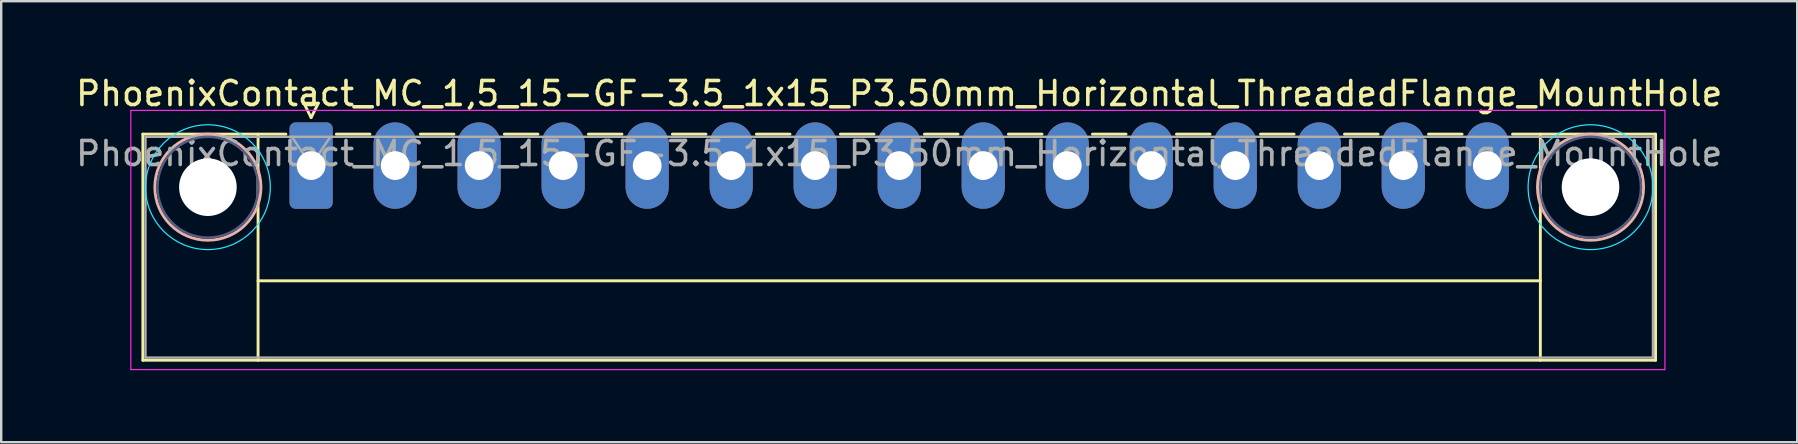
<source format=kicad_pcb>
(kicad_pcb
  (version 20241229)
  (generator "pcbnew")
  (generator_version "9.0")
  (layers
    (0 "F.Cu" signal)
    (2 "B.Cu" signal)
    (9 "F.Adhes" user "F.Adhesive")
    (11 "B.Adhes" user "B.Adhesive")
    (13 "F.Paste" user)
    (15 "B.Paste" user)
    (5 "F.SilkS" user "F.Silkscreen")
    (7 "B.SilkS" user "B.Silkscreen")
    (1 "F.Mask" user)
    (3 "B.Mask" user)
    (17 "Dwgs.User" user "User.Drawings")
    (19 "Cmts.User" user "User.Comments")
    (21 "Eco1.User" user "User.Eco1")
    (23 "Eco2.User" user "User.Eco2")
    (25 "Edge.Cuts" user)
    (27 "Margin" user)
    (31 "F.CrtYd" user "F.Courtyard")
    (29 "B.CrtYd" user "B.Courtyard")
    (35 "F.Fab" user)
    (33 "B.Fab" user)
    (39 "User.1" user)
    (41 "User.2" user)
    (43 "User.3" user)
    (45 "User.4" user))
  (footprint "PhoenixContact_MC_1,5_15-GF-3.5_1x15_P3.50mm_Horizontal_ThreadedFlange_MountHole"
    (layer "F.Cu")
    (at 9.911 3.848)
    (property "Reference" "PhoenixContact_MC_1,5_15-GF-3.5_1x15_P3.50mm_Horizontal_ThreadedFlange_MountHole" (at 24.5 -3 0) (layer "F.SilkS") (effects (font (size 1 1) (thickness 0.15))))
    (attr through_hole)
    (fp_line (start -7.01 -1.31) (end -7.01 8.11) (stroke (width 0.12) (type solid)) (layer "F.SilkS"))
    (fp_line (start -7.01 -1.31) (end -1.05 -1.31) (stroke (width 0.12) (type solid)) (layer "F.SilkS"))
    (fp_line (start -7.01 8.11) (end 56.01 8.11) (stroke (width 0.12) (type solid)) (layer "F.SilkS"))
    (fp_line (start -2.21 -1.31) (end -2.21 8.11) (stroke (width 0.12) (type solid)) (layer "F.SilkS"))
    (fp_line (start -2.21 4.8) (end 51.21 4.8) (stroke (width 0.12) (type solid)) (layer "F.SilkS"))
    (fp_line (start -0.3 -2.6) (end 0.3 -2.6) (stroke (width 0.12) (type solid)) (layer "F.SilkS"))
    (fp_line (start 0 -2) (end -0.3 -2.6) (stroke (width 0.12) (type solid)) (layer "F.SilkS"))
    (fp_line (start 0.3 -2.6) (end 0 -2) (stroke (width 0.12) (type solid)) (layer "F.SilkS"))
    (fp_line (start 1.05 -1.31) (end 2.45 -1.31) (stroke (width 0.12) (type solid)) (layer "F.SilkS"))
    (fp_line (start 4.55 -1.31) (end 5.95 -1.31) (stroke (width 0.12) (type solid)) (layer "F.SilkS"))
    (fp_line (start 8.05 -1.31) (end 9.45 -1.31) (stroke (width 0.12) (type solid)) (layer "F.SilkS"))
    (fp_line (start 11.55 -1.31) (end 12.95 -1.31) (stroke (width 0.12) (type solid)) (layer "F.SilkS"))
    (fp_line (start 15.05 -1.31) (end 16.45 -1.31) (stroke (width 0.12) (type solid)) (layer "F.SilkS"))
    (fp_line (start 18.55 -1.31) (end 19.95 -1.31) (stroke (width 0.12) (type solid)) (layer "F.SilkS"))
    (fp_line (start 22.05 -1.31) (end 23.45 -1.31) (stroke (width 0.12) (type solid)) (layer "F.SilkS"))
    (fp_line (start 25.55 -1.31) (end 26.95 -1.31) (stroke (width 0.12) (type solid)) (layer "F.SilkS"))
    (fp_line (start 29.05 -1.31) (end 30.45 -1.31) (stroke (width 0.12) (type solid)) (layer "F.SilkS"))
    (fp_line (start 32.55 -1.31) (end 33.95 -1.31) (stroke (width 0.12) (type solid)) (layer "F.SilkS"))
    (fp_line (start 36.05 -1.31) (end 37.45 -1.31) (stroke (width 0.12) (type solid)) (layer "F.SilkS"))
    (fp_line (start 39.55 -1.31) (end 40.95 -1.31) (stroke (width 0.12) (type solid)) (layer "F.SilkS"))
    (fp_line (start 43.05 -1.31) (end 44.45 -1.31) (stroke (width 0.12) (type solid)) (layer "F.SilkS"))
    (fp_line (start 46.55 -1.31) (end 47.95 -1.31) (stroke (width 0.12) (type solid)) (layer "F.SilkS"))
    (fp_line (start 51.21 -1.31) (end 51.21 8.11) (stroke (width 0.12) (type solid)) (layer "F.SilkS"))
    (fp_line (start 56.01 -1.31) (end 50.05 -1.31) (stroke (width 0.12) (type solid)) (layer "F.SilkS"))
    (fp_line (start 56.01 8.11) (end 56.01 -1.31) (stroke (width 0.12) (type solid)) (layer "F.SilkS"))
    (fp_circle (center -4.3 0.9) (end -2.09 0.9) (stroke (width 0.12) (type solid)) (fill no) (layer "B.SilkS"))
    (fp_circle (center 53.3 0.9) (end 55.51 0.9) (stroke (width 0.12) (type solid)) (fill no) (layer "B.SilkS"))
    (fp_circle (center -4.3 0.9) (end -1.7 0.9) (stroke (width 0.05) (type solid)) (fill no) (layer "B.CrtYd"))
    (fp_circle (center 53.3 0.9) (end 55.9 0.9) (stroke (width 0.05) (type solid)) (fill no) (layer "B.CrtYd"))
    (fp_line (start -7.51 -2.3) (end -7.51 8.5) (stroke (width 0.05) (type solid)) (layer "F.CrtYd"))
    (fp_line (start -7.51 8.5) (end 56.4 8.5) (stroke (width 0.05) (type solid)) (layer "F.CrtYd"))
    (fp_line (start 56.4 -2.3) (end -7.51 -2.3) (stroke (width 0.05) (type solid)) (layer "F.CrtYd"))
    (fp_line (start 56.4 8.5) (end 56.4 -2.3) (stroke (width 0.05) (type solid)) (layer "F.CrtYd"))
    (fp_circle (center -4.3 0.9) (end -2.2 0.9) (stroke (width 0.1) (type solid)) (fill no) (layer "B.Fab"))
    (fp_circle (center 53.3 0.9) (end 55.4 0.9) (stroke (width 0.1) (type solid)) (fill no) (layer "B.Fab"))
    (fp_line (start -6.9 -1.2) (end -6.9 8) (stroke (width 0.1) (type solid)) (layer "F.Fab"))
    (fp_line (start -6.9 8) (end 55.9 8) (stroke (width 0.1) (type solid)) (layer "F.Fab"))
    (fp_line (start 0 0) (end -0.8 -1.2) (stroke (width 0.1) (type solid)) (layer "F.Fab"))
    (fp_line (start 0.8 -1.2) (end 0 0) (stroke (width 0.1) (type solid)) (layer "F.Fab"))
    (fp_line (start 55.9 -1.2) (end -6.9 -1.2) (stroke (width 0.1) (type solid)) (layer "F.Fab"))
    (fp_line (start 55.9 8) (end 55.9 -1.2) (stroke (width 0.1) (type solid)) (layer "F.Fab"))
    (fp_text user "${REFERENCE}" (at 24.5 -0.5 0) (layer "F.Fab") (effects (font (size 1 1) (thickness 0.15))))
    (pad "" np_thru_hole circle (at -4.3 0.9) (size 2.4 2.4) (drill 2.4) (layers "*.Cu" "*.Mask"))
    (pad "" np_thru_hole circle (at 53.3 0.9) (size 2.4 2.4) (drill 2.4) (layers "*.Cu" "*.Mask"))
    (pad "1" thru_hole roundrect (at 0 0) (size 1.8 3.6) (drill 1.2) (layers "*.Cu" "*.Mask") (roundrect_rratio 0.139))
    (pad "2" thru_hole oval (at 3.5 0) (size 1.8 3.6) (drill 1.2) (layers "*.Cu" "*.Mask"))
    (pad "3" thru_hole oval (at 7 0) (size 1.8 3.6) (drill 1.2) (layers "*.Cu" "*.Mask"))
    (pad "4" thru_hole oval (at 10.5 0) (size 1.8 3.6) (drill 1.2) (layers "*.Cu" "*.Mask"))
    (pad "5" thru_hole oval (at 14 0) (size 1.8 3.6) (drill 1.2) (layers "*.Cu" "*.Mask"))
    (pad "6" thru_hole oval (at 17.5 0) (size 1.8 3.6) (drill 1.2) (layers "*.Cu" "*.Mask"))
    (pad "7" thru_hole oval (at 21 0) (size 1.8 3.6) (drill 1.2) (layers "*.Cu" "*.Mask"))
    (pad "8" thru_hole oval (at 24.5 0) (size 1.8 3.6) (drill 1.2) (layers "*.Cu" "*.Mask"))
    (pad "9" thru_hole oval (at 28 0) (size 1.8 3.6) (drill 1.2) (layers "*.Cu" "*.Mask"))
    (pad "10" thru_hole oval (at 31.5 0) (size 1.8 3.6) (drill 1.2) (layers "*.Cu" "*.Mask"))
    (pad "11" thru_hole oval (at 35 0) (size 1.8 3.6) (drill 1.2) (layers "*.Cu" "*.Mask"))
    (pad "12" thru_hole oval (at 38.5 0) (size 1.8 3.6) (drill 1.2) (layers "*.Cu" "*.Mask"))
    (pad "13" thru_hole oval (at 42 0) (size 1.8 3.6) (drill 1.2) (layers "*.Cu" "*.Mask"))
    (pad "14" thru_hole oval (at 45.5 0) (size 1.8 3.6) (drill 1.2) (layers "*.Cu" "*.Mask"))
    (pad "15" thru_hole oval (at 49 0) (size 1.8 3.6) (drill 1.2) (layers "*.Cu" "*.Mask")))
  (gr_rect
    (start -3 -3)
    (end 71.821 15.373)
    (stroke (width 0.1) (type default))
    (fill no)
    (layer "Edge.Cuts")))
</source>
